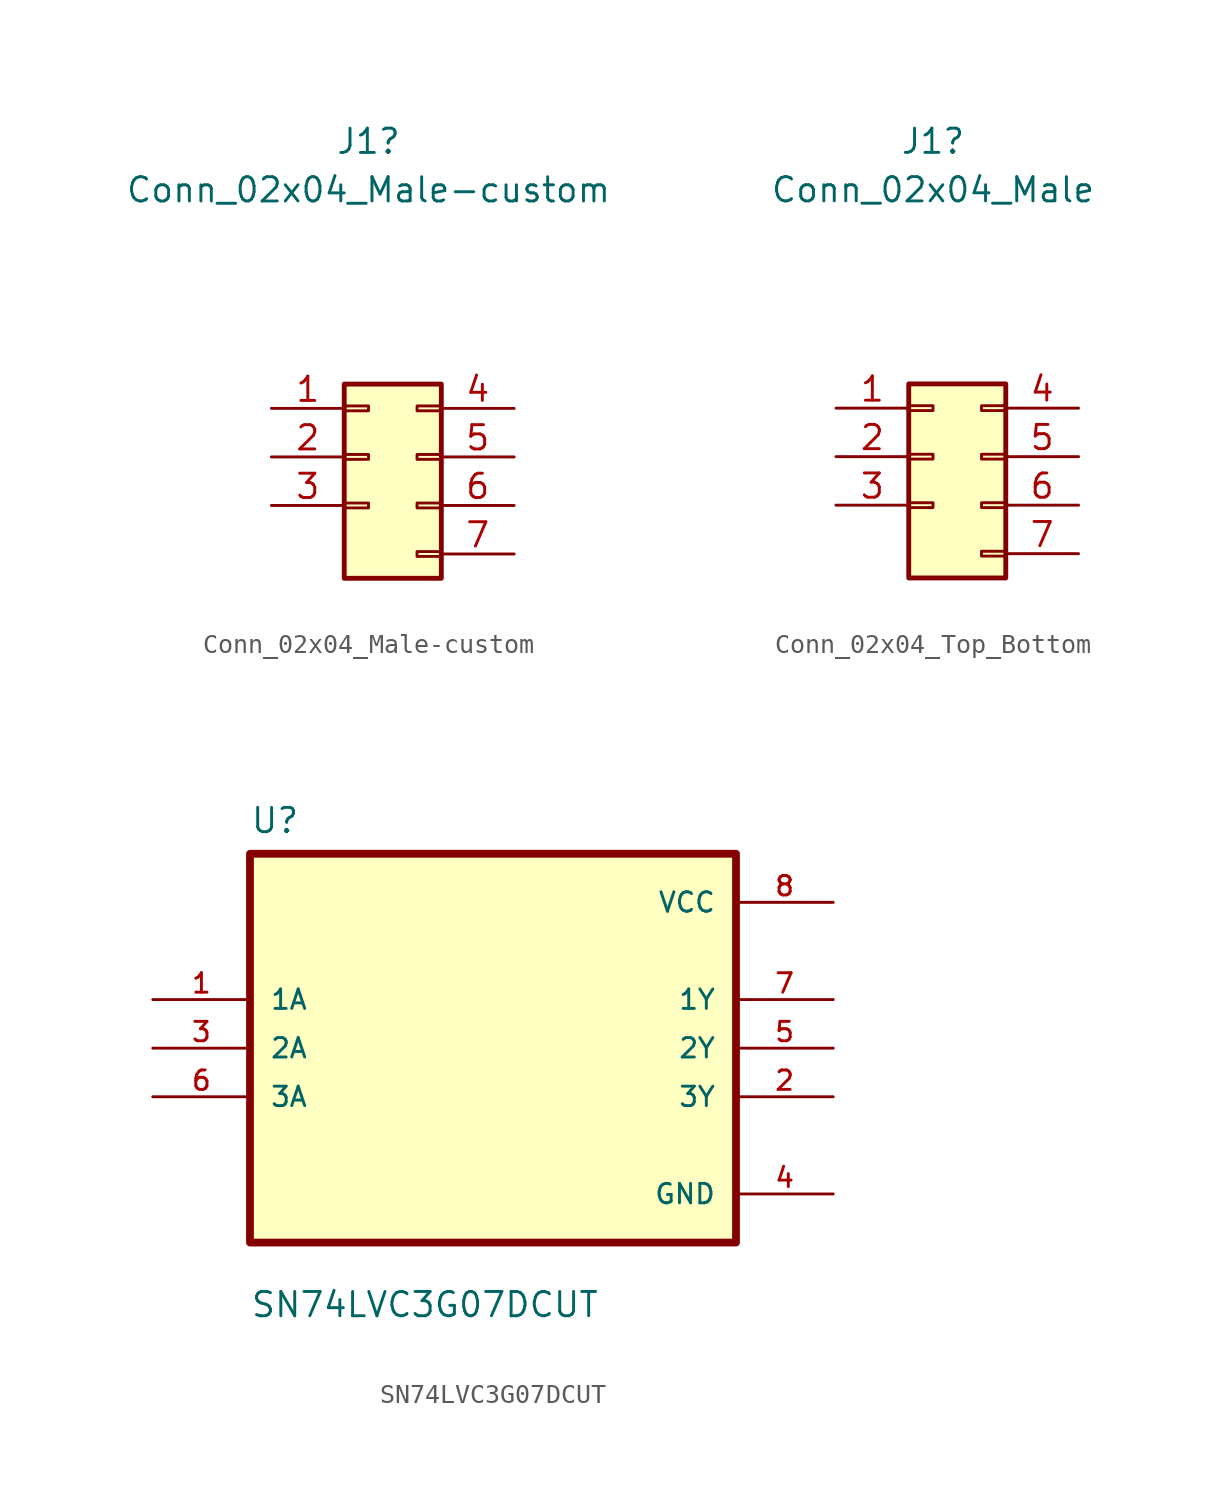
<source format=kicad_sym>
(kicad_symbol_lib
  (version 20211014)
  (generator kicad_symbol_editor)
  (symbol "Conn_02x04_Male-custom"
    (pin_names
      (offset 1.016) hide)
    (property "Reference" "J1"
      (at 0 16.51 0)
      (effects (font (size 1.27 1.27))))
    (property "Value" "Conn_02x04_Male-custom"
      (at 0 13.97 0)
      (effects (font (size 1.27 1.27))))
    (symbol "Conn_02x04_Male-custom_1_1"
      (rectangle (start -1.27 -2.413) (end 0 -2.667) (stroke (width 0.152) (type default) (color 0 0 0 0)) (fill (type none)))
      (rectangle (start -1.27 0.127) (end 0 -0.127) (stroke (width 0.152) (type default) (color 0 0 0 0)) (fill (type none)))
      (rectangle (start -1.27 2.667) (end 0 2.413) (stroke (width 0.152) (type default) (color 0 0 0 0)) (fill (type none)))
      (rectangle (start -1.27 3.81) (end 3.81 -6.35) (stroke (width 0.254) (type default) (color 0 0 0 0)) (fill (type background)))
      (rectangle (start 3.81 -4.953) (end 2.54 -5.207) (stroke (width 0.152) (type default) (color 0 0 0 0)) (fill (type none)))
      (rectangle (start 3.81 -2.413) (end 2.54 -2.667) (stroke (width 0.152) (type default) (color 0 0 0 0)) (fill (type none)))
      (rectangle (start 3.81 0.127) (end 2.54 -0.127) (stroke (width 0.152) (type default) (color 0 0 0 0)) (fill (type none)))
      (rectangle (start 3.81 2.667) (end 2.54 2.413) (stroke (width 0.152) (type default) (color 0 0 0 0)) (fill (type none)))
      (pin passive line (at -5.08 2.54 0) (length 3.81) (name "Pin_1" (effects (font (size 1.27 1.27)))) (number "1" (effects (font (size 1.27 1.27)))))
      (pin passive line (at -5.08 0 0) (length 3.81) (name "Pin_2" (effects (font (size 1.27 1.27)))) (number "2" (effects (font (size 1.27 1.27)))))
      (pin passive line (at -5.08 -2.54 0) (length 3.81) (name "Pin_3" (effects (font (size 1.27 1.27)))) (number "3" (effects (font (size 1.27 1.27)))))
      (pin passive line (at 7.62 2.54 180) (length 3.81) (name "Pin_4" (effects (font (size 1.27 1.27)))) (number "4" (effects (font (size 1.27 1.27)))))
      (pin passive line (at 7.62 0 180) (length 3.81) (name "Pin_5" (effects (font (size 1.27 1.27)))) (number "5" (effects (font (size 1.27 1.27)))))
      (pin passive line (at 7.62 -2.54 180) (length 3.81) (name "Pin_6" (effects (font (size 1.27 1.27)))) (number "6" (effects (font (size 1.27 1.27)))))
      (pin passive line (at 7.62 -5.08 180) (length 3.81) (name "Pin_7" (effects (font (size 1.27 1.27)))) (number "7" (effects (font (size 1.27 1.27)))))))
  (symbol "Conn_02x04_Top_Bottom"
    (pin_names
      (offset 1.016) hide)
    (property "Reference" "J1"
      (at 0 16.51 0)
      (effects (font (size 1.27 1.27))))
    (property "Value" "Conn_02x04_Male"
      (at 0 13.97 0)
      (effects (font (size 1.27 1.27))))
    (symbol "Conn_02x04_Top_Bottom_1_1"
      (rectangle (start -1.27 -2.413) (end 0 -2.667) (stroke (width 0.152) (type default) (color 0 0 0 0)) (fill (type none)))
      (rectangle (start -1.27 0.127) (end 0 -0.127) (stroke (width 0.152) (type default) (color 0 0 0 0)) (fill (type none)))
      (rectangle (start -1.27 2.667) (end 0 2.413) (stroke (width 0.152) (type default) (color 0 0 0 0)) (fill (type none)))
      (rectangle (start -1.27 3.81) (end 3.81 -6.35) (stroke (width 0.254) (type default) (color 0 0 0 0)) (fill (type background)))
      (rectangle (start 3.81 -4.953) (end 2.54 -5.207) (stroke (width 0.152) (type default) (color 0 0 0 0)) (fill (type none)))
      (rectangle (start 3.81 -2.413) (end 2.54 -2.667) (stroke (width 0.152) (type default) (color 0 0 0 0)) (fill (type none)))
      (rectangle (start 3.81 0.127) (end 2.54 -0.127) (stroke (width 0.152) (type default) (color 0 0 0 0)) (fill (type none)))
      (rectangle (start 3.81 2.667) (end 2.54 2.413) (stroke (width 0.152) (type default) (color 0 0 0 0)) (fill (type none)))
      (pin passive line (at -5.08 2.54 0) (length 3.81) (name "Pin_1" (effects (font (size 1.27 1.27)))) (number "1" (effects (font (size 1.27 1.27)))))
      (pin passive line (at -5.08 0 0) (length 3.81) (name "Pin_2" (effects (font (size 1.27 1.27)))) (number "2" (effects (font (size 1.27 1.27)))))
      (pin passive line (at -5.08 -2.54 0) (length 3.81) (name "Pin_3" (effects (font (size 1.27 1.27)))) (number "3" (effects (font (size 1.27 1.27)))))
      (pin passive line (at 7.62 2.54 180) (length 3.81) (name "Pin_4" (effects (font (size 1.27 1.27)))) (number "4" (effects (font (size 1.27 1.27)))))
      (pin passive line (at 7.62 0 180) (length 3.81) (name "Pin_5" (effects (font (size 1.27 1.27)))) (number "5" (effects (font (size 1.27 1.27)))))
      (pin passive line (at 7.62 -2.54 180) (length 3.81) (name "Pin_6" (effects (font (size 1.27 1.27)))) (number "6" (effects (font (size 1.27 1.27)))))
      (pin passive line (at 7.62 -5.08 180) (length 3.81) (name "Pin_7" (effects (font (size 1.27 1.27)))) (number "7" (effects (font (size 1.27 1.27)))))))
  (symbol "SN74LVC3G07DCUT"
    (pin_names
      (offset 1.016))
    (property "Reference" "U"
      (at -12.7 11.151 0)
      (effects (font (size 1.27 1.27)) (justify left bottom)))
    (property "Value" "SN74LVC3G07DCUT"
      (at -12.7 -14.148 0)
      (effects (font (size 1.27 1.27)) (justify left bottom)))
    (symbol "SN74LVC3G07DCUT_0_0"
      (rectangle (start -12.7 -10.16) (end 12.7 10.16) (stroke (width 0.406) (type default) (color 0 0 0 0)) (fill (type background)))
      (pin input line (at -17.78 2.54 0) (length 5.08) (name "1A" (effects (font (size 1.016 1.016)))) (number "1" (effects (font (size 1.016 1.016)))))
      (pin output line (at 17.78 -2.54 180) (length 5.08) (name "3Y" (effects (font (size 1.016 1.016)))) (number "2" (effects (font (size 1.016 1.016)))))
      (pin input line (at -17.78 0 0) (length 5.08) (name "2A" (effects (font (size 1.016 1.016)))) (number "3" (effects (font (size 1.016 1.016)))))
      (pin power_in line (at 17.78 -7.62 180) (length 5.08) (name "GND" (effects (font (size 1.016 1.016)))) (number "4" (effects (font (size 1.016 1.016)))))
      (pin output line (at 17.78 0 180) (length 5.08) (name "2Y" (effects (font (size 1.016 1.016)))) (number "5" (effects (font (size 1.016 1.016)))))
      (pin input line (at -17.78 -2.54 0) (length 5.08) (name "3A" (effects (font (size 1.016 1.016)))) (number "6" (effects (font (size 1.016 1.016)))))
      (pin output line (at 17.78 2.54 180) (length 5.08) (name "1Y" (effects (font (size 1.016 1.016)))) (number "7" (effects (font (size 1.016 1.016)))))
      (pin power_in line (at 17.78 7.62 180) (length 5.08) (name "VCC" (effects (font (size 1.016 1.016)))) (number "8" (effects (font (size 1.016 1.016))))))))
</source>
